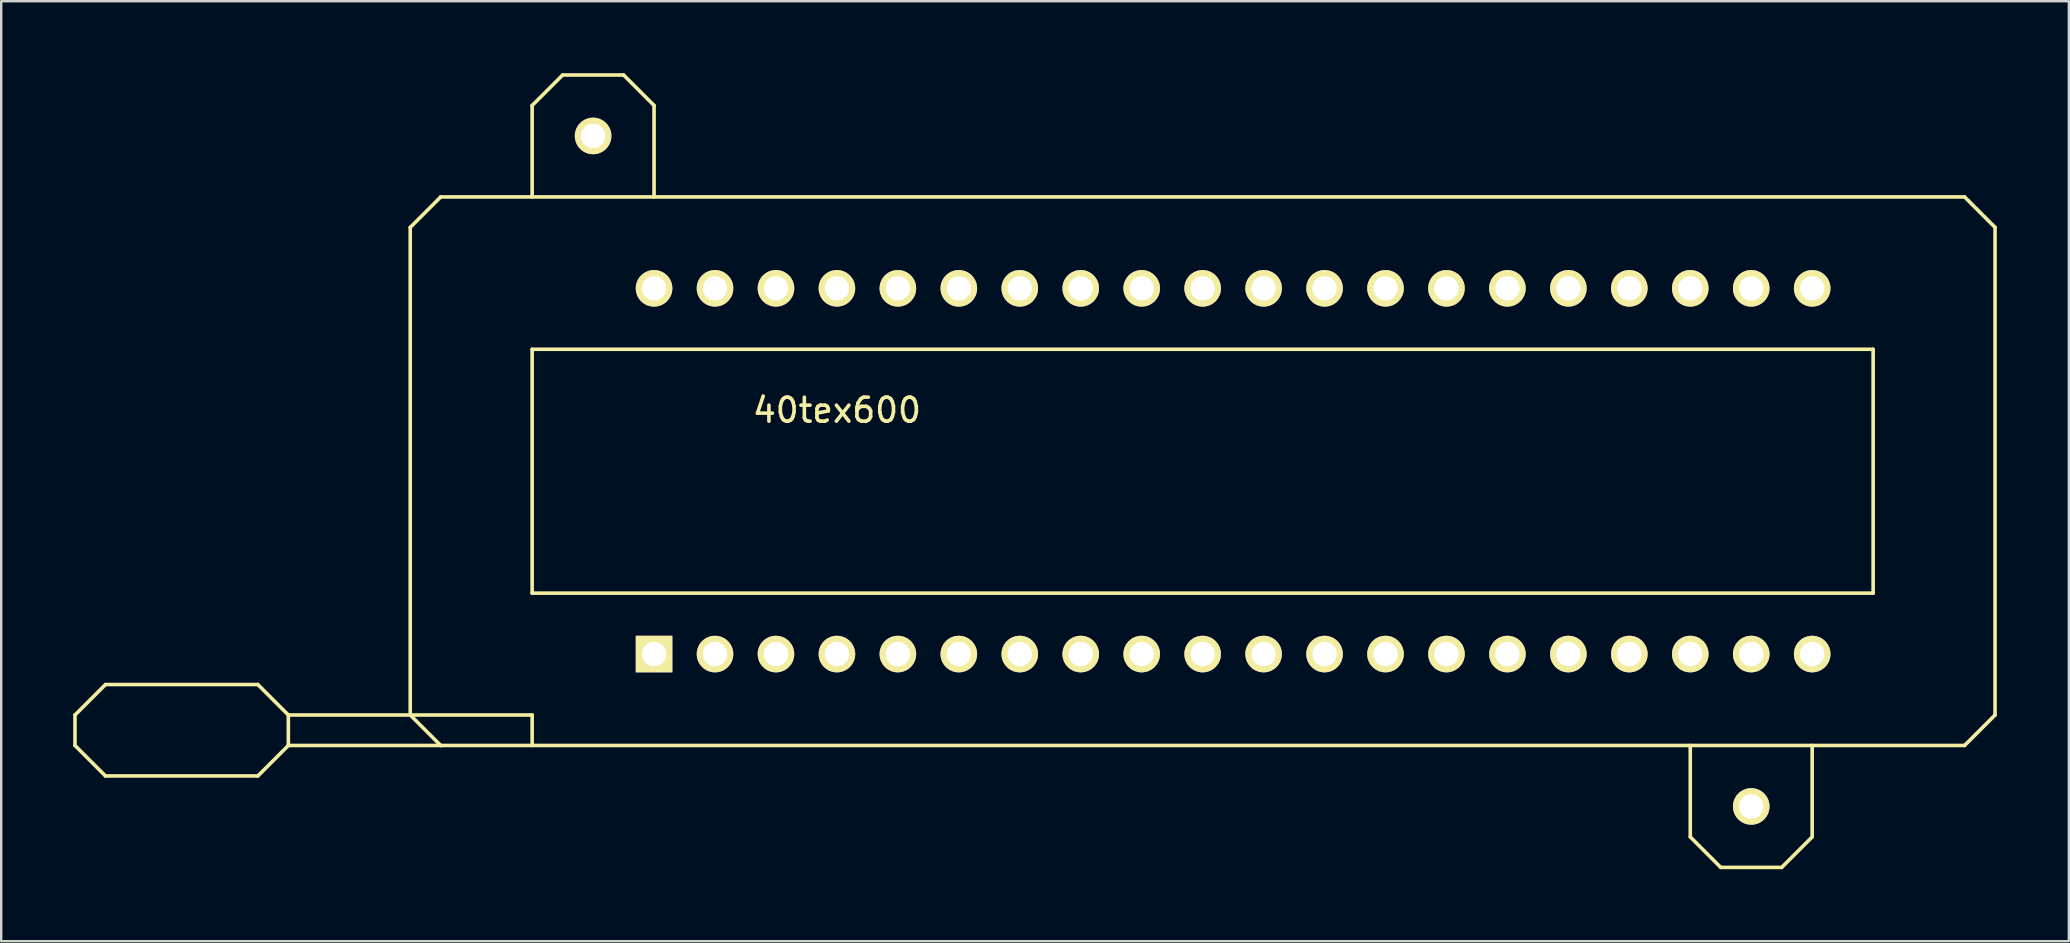
<source format=kicad_pcb>
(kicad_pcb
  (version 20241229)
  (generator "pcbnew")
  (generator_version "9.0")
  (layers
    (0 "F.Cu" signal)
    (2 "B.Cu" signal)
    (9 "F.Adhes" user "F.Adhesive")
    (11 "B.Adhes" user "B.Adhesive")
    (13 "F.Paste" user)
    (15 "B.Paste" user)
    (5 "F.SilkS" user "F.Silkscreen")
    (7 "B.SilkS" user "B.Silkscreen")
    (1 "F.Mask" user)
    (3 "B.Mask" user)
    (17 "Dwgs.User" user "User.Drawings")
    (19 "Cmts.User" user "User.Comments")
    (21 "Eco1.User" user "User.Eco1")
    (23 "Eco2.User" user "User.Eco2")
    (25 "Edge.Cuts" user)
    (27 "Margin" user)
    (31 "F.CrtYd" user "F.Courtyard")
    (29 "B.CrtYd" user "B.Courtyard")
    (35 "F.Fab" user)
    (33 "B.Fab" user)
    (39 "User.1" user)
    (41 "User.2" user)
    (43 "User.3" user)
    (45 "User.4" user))
  (footprint "40tex600"
    (layer "F.Cu")
    (at 48.335 16.585)
    (property "Reference" "40tex600" (at -16.51 -2.54 0) (layer "F.SilkS") (effects (font (size 1 1) (thickness 0.15))))
    (attr through_hole)
    (fp_line (start -48.26 10.16) (end -48.26 11.43) (stroke (width 0.15) (type solid)) (layer "F.SilkS"))
    (fp_line (start -48.26 11.43) (end -46.99 12.7) (stroke (width 0.15) (type solid)) (layer "F.SilkS"))
    (fp_line (start -46.99 8.89) (end -48.26 10.16) (stroke (width 0.15) (type solid)) (layer "F.SilkS"))
    (fp_line (start -46.99 12.7) (end -40.64 12.7) (stroke (width 0.15) (type solid)) (layer "F.SilkS"))
    (fp_line (start -40.64 8.89) (end -46.99 8.89) (stroke (width 0.15) (type solid)) (layer "F.SilkS"))
    (fp_line (start -40.64 12.7) (end -39.37 11.43) (stroke (width 0.15) (type solid)) (layer "F.SilkS"))
    (fp_line (start -39.37 10.16) (end -40.64 8.89) (stroke (width 0.15) (type solid)) (layer "F.SilkS"))
    (fp_line (start -39.37 10.16) (end -29.21 10.16) (stroke (width 0.15) (type solid)) (layer "F.SilkS"))
    (fp_line (start -39.37 11.43) (end -39.37 10.16) (stroke (width 0.15) (type solid)) (layer "F.SilkS"))
    (fp_line (start -39.37 11.43) (end -33.02 11.43) (stroke (width 0.15) (type solid)) (layer "F.SilkS"))
    (fp_line (start -34.29 -10.16) (end -33.02 -11.43) (stroke (width 0.15) (type solid)) (layer "F.SilkS"))
    (fp_line (start -34.29 10.16) (end -34.29 -10.16) (stroke (width 0.15) (type solid)) (layer "F.SilkS"))
    (fp_line (start -33.02 -11.43) (end 30.48 -11.43) (stroke (width 0.15) (type solid)) (layer "F.SilkS"))
    (fp_line (start -33.02 11.43) (end -34.29 10.16) (stroke (width 0.15) (type solid)) (layer "F.SilkS"))
    (fp_line (start -29.21 -15.24) (end -29.21 -11.43) (stroke (width 0.15) (type solid)) (layer "F.SilkS"))
    (fp_line (start -29.21 -5.08) (end 26.67 -5.08) (stroke (width 0.15) (type solid)) (layer "F.SilkS"))
    (fp_line (start -29.21 5.08) (end -29.21 -5.08) (stroke (width 0.15) (type solid)) (layer "F.SilkS"))
    (fp_line (start -29.21 10.16) (end -29.21 11.43) (stroke (width 0.15) (type solid)) (layer "F.SilkS"))
    (fp_line (start -27.94 -16.51) (end -29.21 -15.24) (stroke (width 0.15) (type solid)) (layer "F.SilkS"))
    (fp_line (start -25.4 -16.51) (end -27.94 -16.51) (stroke (width 0.15) (type solid)) (layer "F.SilkS"))
    (fp_line (start -24.13 -15.24) (end -25.4 -16.51) (stroke (width 0.15) (type solid)) (layer "F.SilkS"))
    (fp_line (start -24.13 -11.43) (end -24.13 -15.24) (stroke (width 0.15) (type solid)) (layer "F.SilkS"))
    (fp_line (start 19.05 15.24) (end 19.05 11.43) (stroke (width 0.15) (type solid)) (layer "F.SilkS"))
    (fp_line (start 20.32 16.51) (end 19.05 15.24) (stroke (width 0.15) (type solid)) (layer "F.SilkS"))
    (fp_line (start 22.86 16.51) (end 20.32 16.51) (stroke (width 0.15) (type solid)) (layer "F.SilkS"))
    (fp_line (start 24.13 11.43) (end 24.13 15.24) (stroke (width 0.15) (type solid)) (layer "F.SilkS"))
    (fp_line (start 24.13 15.24) (end 22.86 16.51) (stroke (width 0.15) (type solid)) (layer "F.SilkS"))
    (fp_line (start 26.67 -5.08) (end 26.67 5.08) (stroke (width 0.15) (type solid)) (layer "F.SilkS"))
    (fp_line (start 26.67 5.08) (end -29.21 5.08) (stroke (width 0.15) (type solid)) (layer "F.SilkS"))
    (fp_line (start 30.48 -11.43) (end 31.75 -10.16) (stroke (width 0.15) (type solid)) (layer "F.SilkS"))
    (fp_line (start 30.48 11.43) (end -33.02 11.43) (stroke (width 0.15) (type solid)) (layer "F.SilkS"))
    (fp_line (start 31.75 -10.16) (end 31.75 10.16) (stroke (width 0.15) (type solid)) (layer "F.SilkS"))
    (fp_line (start 31.75 10.16) (end 30.48 11.43) (stroke (width 0.15) (type solid)) (layer "F.SilkS"))
    (pad "1" thru_hole rect (at -24.13 7.62) (size 1.524 1.524) (drill 1.016) (layers "*.Cu" "*.Mask" "F.SilkS"))
    (pad "2" thru_hole circle (at -21.59 7.62) (size 1.524 1.524) (drill 1.016) (layers "*.Cu" "*.Mask" "F.SilkS"))
    (pad "3" thru_hole circle (at -19.05 7.62) (size 1.524 1.524) (drill 1.016) (layers "*.Cu" "*.Mask" "F.SilkS"))
    (pad "4" thru_hole circle (at -16.51 7.62) (size 1.524 1.524) (drill 1.016) (layers "*.Cu" "*.Mask" "F.SilkS"))
    (pad "5" thru_hole circle (at -13.97 7.62) (size 1.524 1.524) (drill 1.016) (layers "*.Cu" "*.Mask" "F.SilkS"))
    (pad "6" thru_hole circle (at -11.43 7.62) (size 1.524 1.524) (drill 1.016) (layers "*.Cu" "*.Mask" "F.SilkS"))
    (pad "7" thru_hole circle (at -8.89 7.62) (size 1.524 1.524) (drill 1.016) (layers "*.Cu" "*.Mask" "F.SilkS"))
    (pad "8" thru_hole circle (at -6.35 7.62) (size 1.524 1.524) (drill 1.016) (layers "*.Cu" "*.Mask" "F.SilkS"))
    (pad "9" thru_hole circle (at -3.81 7.62) (size 1.524 1.524) (drill 1.016) (layers "*.Cu" "*.Mask" "F.SilkS"))
    (pad "10" thru_hole circle (at -1.27 7.62) (size 1.524 1.524) (drill 1.016) (layers "*.Cu" "*.Mask" "F.SilkS"))
    (pad "11" thru_hole circle (at 1.27 7.62) (size 1.524 1.524) (drill 1.016) (layers "*.Cu" "*.Mask" "F.SilkS"))
    (pad "12" thru_hole circle (at 3.81 7.62) (size 1.524 1.524) (drill 1.016) (layers "*.Cu" "*.Mask" "F.SilkS"))
    (pad "13" thru_hole circle (at 6.35 7.62) (size 1.524 1.524) (drill 1.016) (layers "*.Cu" "*.Mask" "F.SilkS"))
    (pad "14" thru_hole circle (at 8.89 7.62) (size 1.524 1.524) (drill 1.016) (layers "*.Cu" "*.Mask" "F.SilkS"))
    (pad "15" thru_hole circle (at 11.43 7.62) (size 1.524 1.524) (drill 1.016) (layers "*.Cu" "*.Mask" "F.SilkS"))
    (pad "16" thru_hole circle (at 13.97 7.62) (size 1.524 1.524) (drill 1.016) (layers "*.Cu" "*.Mask" "F.SilkS"))
    (pad "17" thru_hole circle (at 16.51 7.62) (size 1.524 1.524) (drill 1.016) (layers "*.Cu" "*.Mask" "F.SilkS"))
    (pad "18" thru_hole circle (at 19.05 7.62) (size 1.524 1.524) (drill 1.016) (layers "*.Cu" "*.Mask" "F.SilkS"))
    (pad "19" thru_hole circle (at 21.59 7.62) (size 1.524 1.524) (drill 1.016) (layers "*.Cu" "*.Mask" "F.SilkS"))
    (pad "20" thru_hole circle (at 24.13 7.62) (size 1.524 1.524) (drill 1.016) (layers "*.Cu" "*.Mask" "F.SilkS"))
    (pad "21" thru_hole circle (at 24.13 -7.62) (size 1.524 1.524) (drill 1.016) (layers "*.Cu" "*.Mask" "F.SilkS"))
    (pad "22" thru_hole circle (at 21.59 -7.62) (size 1.524 1.524) (drill 1.016) (layers "*.Cu" "*.Mask" "F.SilkS"))
    (pad "23" thru_hole circle (at 19.05 -7.62) (size 1.524 1.524) (drill 1.016) (layers "*.Cu" "*.Mask" "F.SilkS"))
    (pad "24" thru_hole circle (at 16.51 -7.62) (size 1.524 1.524) (drill 1.016) (layers "*.Cu" "*.Mask" "F.SilkS"))
    (pad "25" thru_hole circle (at 13.97 -7.62) (size 1.524 1.524) (drill 1.016) (layers "*.Cu" "*.Mask" "F.SilkS"))
    (pad "26" thru_hole circle (at 11.43 -7.62) (size 1.524 1.524) (drill 1.016) (layers "*.Cu" "*.Mask" "F.SilkS"))
    (pad "27" thru_hole circle (at 8.89 -7.62) (size 1.524 1.524) (drill 1.016) (layers "*.Cu" "*.Mask" "F.SilkS"))
    (pad "28" thru_hole circle (at 6.35 -7.62) (size 1.524 1.524) (drill 1.016) (layers "*.Cu" "*.Mask" "F.SilkS"))
    (pad "29" thru_hole circle (at 3.81 -7.62) (size 1.524 1.524) (drill 1.016) (layers "*.Cu" "*.Mask" "F.SilkS"))
    (pad "30" thru_hole circle (at 1.27 -7.62) (size 1.524 1.524) (drill 1.016) (layers "*.Cu" "*.Mask" "F.SilkS"))
    (pad "31" thru_hole circle (at -1.27 -7.62) (size 1.524 1.524) (drill 1.016) (layers "*.Cu" "*.Mask" "F.SilkS"))
    (pad "32" thru_hole circle (at -3.81 -7.62) (size 1.524 1.524) (drill 1.016) (layers "*.Cu" "*.Mask" "F.SilkS"))
    (pad "33" thru_hole circle (at -6.35 -7.62) (size 1.524 1.524) (drill 1.016) (layers "*.Cu" "*.Mask" "F.SilkS"))
    (pad "34" thru_hole circle (at -8.89 -7.62) (size 1.524 1.524) (drill 1.016) (layers "*.Cu" "*.Mask" "F.SilkS"))
    (pad "35" thru_hole circle (at -11.43 -7.62) (size 1.524 1.524) (drill 1.016) (layers "*.Cu" "*.Mask" "F.SilkS"))
    (pad "36" thru_hole circle (at -13.97 -7.62) (size 1.524 1.524) (drill 1.016) (layers "*.Cu" "*.Mask" "F.SilkS"))
    (pad "37" thru_hole circle (at -16.51 -7.62) (size 1.524 1.524) (drill 1.016) (layers "*.Cu" "*.Mask" "F.SilkS"))
    (pad "38" thru_hole circle (at -19.05 -7.62) (size 1.524 1.524) (drill 1.016) (layers "*.Cu" "*.Mask" "F.SilkS"))
    (pad "39" thru_hole circle (at -21.59 -7.62) (size 1.524 1.524) (drill 1.016) (layers "*.Cu" "*.Mask" "F.SilkS"))
    (pad "40" thru_hole circle (at -24.13 -7.62) (size 1.524 1.524) (drill 1.016) (layers "*.Cu" "*.Mask" "F.SilkS"))
    (pad "HOLE" thru_hole circle (at -26.67 -13.97) (size 1.524 1.524) (drill 1.016) (layers "*.Cu" "*.Mask" "F.SilkS"))
    (pad "HOLE" thru_hole circle (at 21.59 13.97) (size 1.524 1.524) (drill 1.016) (layers "*.Cu" "*.Mask" "F.SilkS")))
  (gr_rect
    (start -3 -3)
    (end 83.16 36.17)
    (stroke (width 0.1) (type default))
    (fill no)
    (layer "Edge.Cuts")))
</source>
